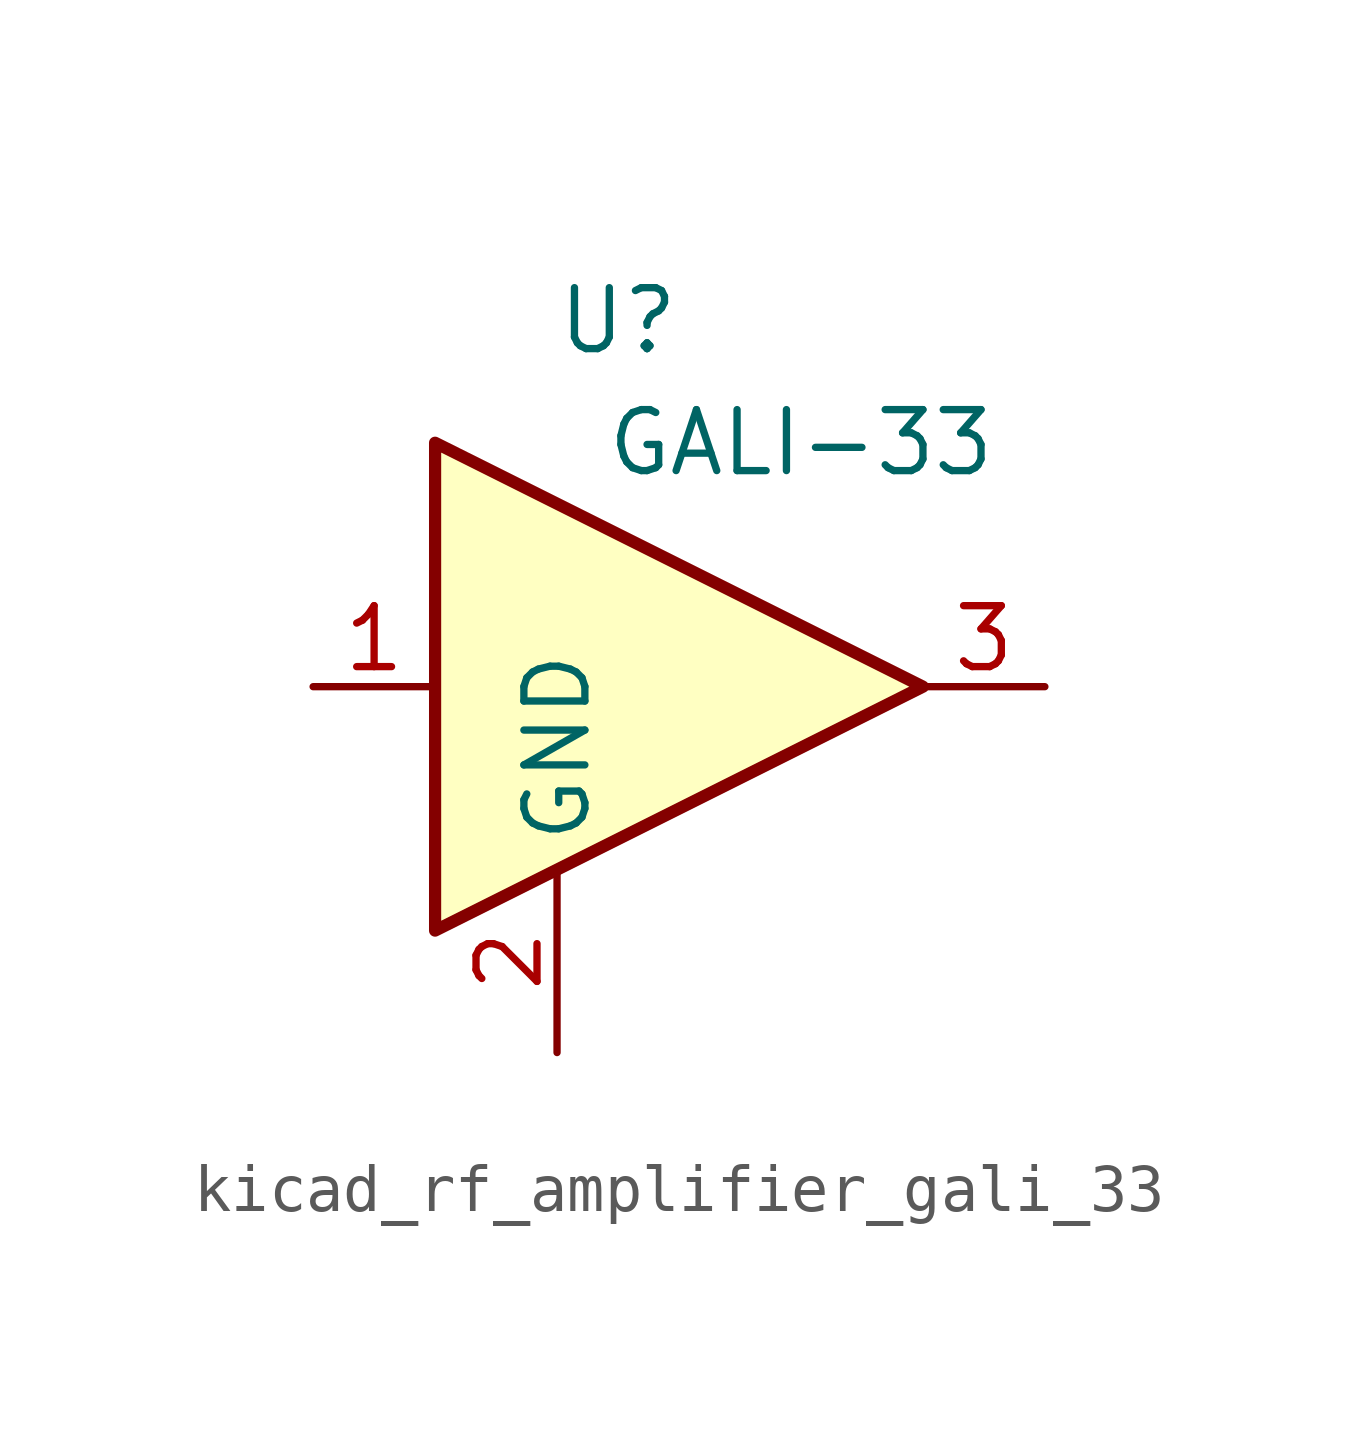
<source format=kicad_sym>
(kicad_symbol_lib
  (version 20220914)
  (generator kicad_symbol_editor)
  (symbol "kicad_rf_amplifier_gali_33"
    (property "Reference" "U"
      (at -1.27 7.62 0)
      (effects (font (size 1.27 1.27))))
    (property "Value" "GALI-33"
      (at 2.54 5.08 0)
      (effects (font (size 1.27 1.27))))
    (symbol "kicad_rf_amplifier_gali_33_0_1"
      (polyline (pts (xy 5.08 0) (xy -5.08 5.08) (xy -5.08 -5.08) (xy 5.08 0)) (stroke (width 0.254) (type default)) (fill (type background))))
    (symbol "kicad_rf_amplifier_gali_33_1_1"
      (pin input line (at -7.62 0 0) (length 2.54) (name "~" (effects (font (size 1.27 1.27)))) (number "1" (effects (font (size 1.27 1.27)))))
      (pin power_in line (at -2.54 -7.62 90) (length 3.81) (name "GND" (effects (font (size 1.27 1.27)))) (number "2" (effects (font (size 1.27 1.27)))))
      (pin output line (at 7.62 0 180) (length 2.54) (name "~" (effects (font (size 1.27 1.27)))) (number "3" (effects (font (size 1.27 1.27))))))))
</source>
